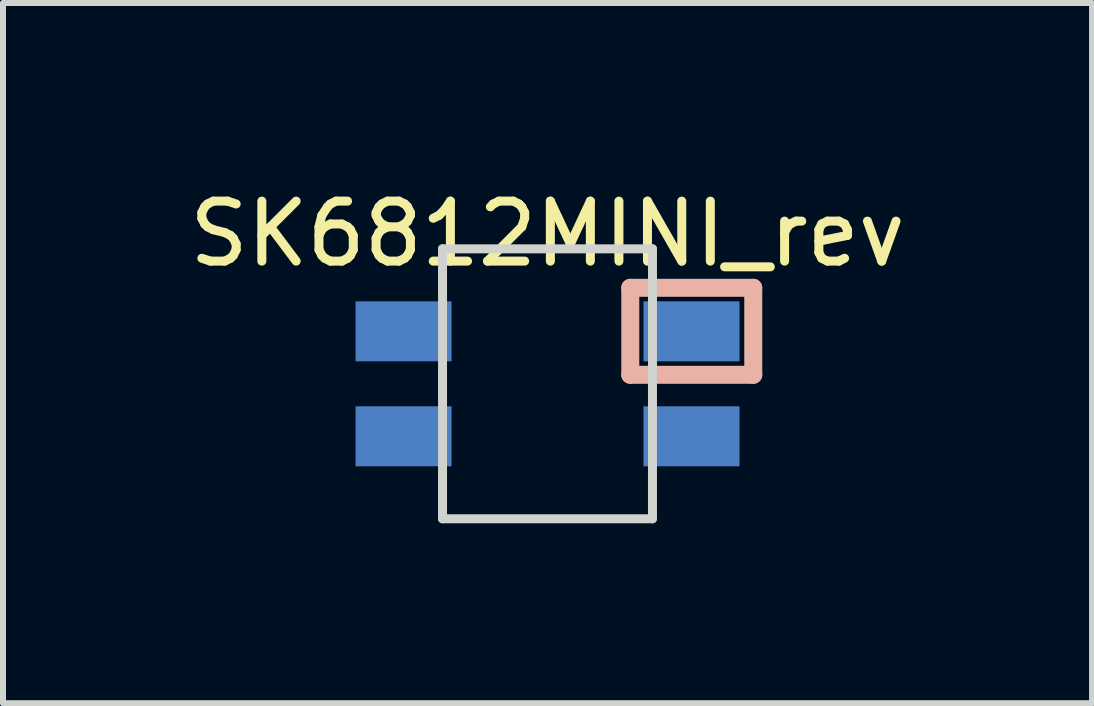
<source format=kicad_pcb>
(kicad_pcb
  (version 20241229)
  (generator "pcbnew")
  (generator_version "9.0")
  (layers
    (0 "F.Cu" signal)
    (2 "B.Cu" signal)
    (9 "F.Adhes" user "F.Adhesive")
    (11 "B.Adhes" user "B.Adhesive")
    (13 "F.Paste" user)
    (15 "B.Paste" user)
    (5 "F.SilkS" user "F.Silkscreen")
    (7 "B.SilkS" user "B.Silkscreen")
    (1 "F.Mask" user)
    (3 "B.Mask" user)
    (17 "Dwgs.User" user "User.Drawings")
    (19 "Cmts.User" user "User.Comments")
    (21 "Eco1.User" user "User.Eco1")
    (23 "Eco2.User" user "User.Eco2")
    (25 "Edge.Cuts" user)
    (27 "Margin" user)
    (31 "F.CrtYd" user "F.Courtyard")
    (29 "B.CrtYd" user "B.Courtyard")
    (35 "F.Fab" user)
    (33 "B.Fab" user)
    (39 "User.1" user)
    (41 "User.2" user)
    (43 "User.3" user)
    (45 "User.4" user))
  (footprint "SK6812MINI_rev"
    (layer "F.Cu")
    (at 6.077 3.348)
    (property "Reference" "SK6812MINI_rev" (at 0 -2.5 0) (layer "F.SilkS") (effects (font (size 1 1) (thickness 0.15))))
    (attr through_hole)
    (fp_line (start 1.38 -1.6) (end 3.43 -1.6) (stroke (width 0.3) (type solid)) (layer "B.SilkS"))
    (fp_line (start 1.38 -0.15) (end 1.38 -1.6) (stroke (width 0.3) (type solid)) (layer "B.SilkS"))
    (fp_line (start 3.43 -1.6) (end 3.43 -0.15) (stroke (width 0.3) (type solid)) (layer "B.SilkS"))
    (fp_line (start 3.43 -0.15) (end 1.38 -0.15) (stroke (width 0.3) (type solid)) (layer "B.SilkS"))
    (fp_line (start -1.75 -2.25) (end -1.75 2.25) (stroke (width 0.15) (type solid)) (layer "Edge.Cuts"))
    (fp_line (start -1.75 -2.25) (end 1.75 -2.25) (stroke (width 0.15) (type solid)) (layer "Edge.Cuts"))
    (fp_line (start 1.75 -2.25) (end 1.75 2.25) (stroke (width 0.15) (type solid)) (layer "Edge.Cuts"))
    (fp_line (start 1.75 2.25) (end -1.75 2.25) (stroke (width 0.15) (type solid)) (layer "Edge.Cuts"))
    (pad "1" smd rect (at -2.4 -0.875) (size 1.6 1) (layers "B.Cu" "B.Mask" "B.Paste"))
    (pad "2" smd rect (at -2.4 0.875) (size 1.6 1) (layers "B.Cu" "B.Mask" "B.Paste"))
    (pad "3" smd rect (at 2.4 0.875) (size 1.6 1) (layers "B.Cu" "B.Mask" "B.Paste"))
    (pad "4" smd rect (at 2.4 -0.875) (size 1.6 1) (layers "B.Cu" "B.Mask" "B.Paste")))
  (gr_rect
    (start -3 -3)
    (end 15.155 8.673)
    (stroke (width 0.1) (type default))
    (fill no)
    (layer "Edge.Cuts")))
</source>
